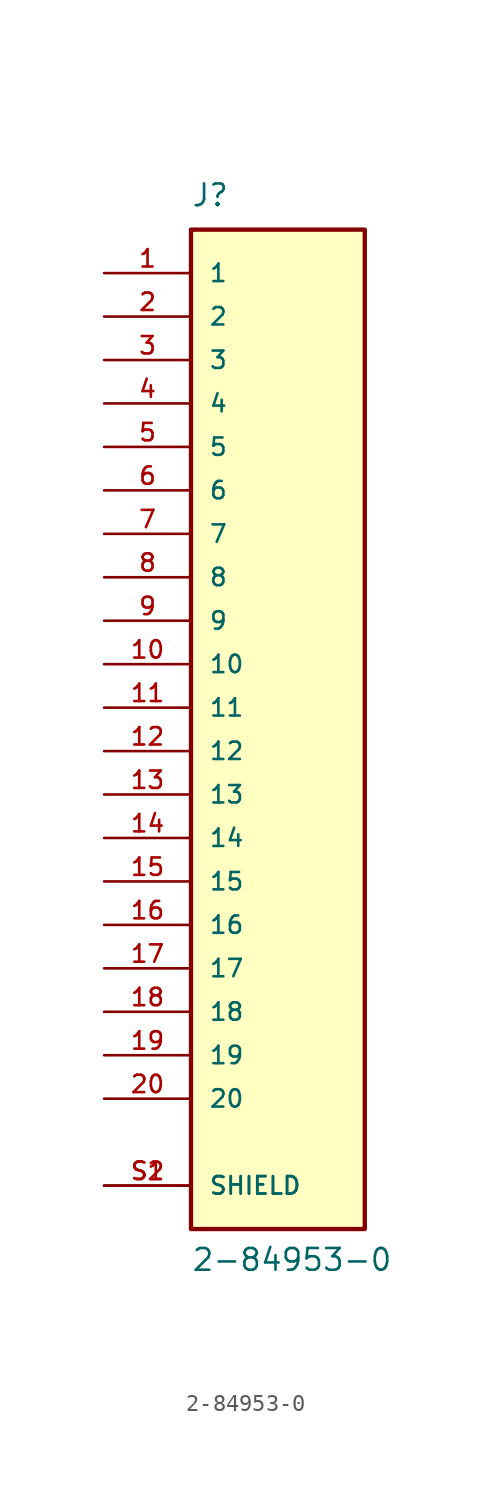
<source format=kicad_sym>
(kicad_symbol_lib
  (version 20211014)
  (generator kicad_symbol_editor)
  (symbol "2-84953-0"
    (pin_names
      (offset 1.016))
    (property "Reference" "J"
      (at -5.08 29.21 0)
      (effects (font (size 1.27 1.27)) (justify bottom left)))
    (property "Value" "2-84953-0"
      (at -5.08 -33.02 0)
      (effects (font (size 1.27 1.27)) (justify bottom left)))
    (symbol "2-84953-0_0_0"
      (rectangle (start -5.08 -30.48) (end 5.08 27.94) (stroke (width 0.254)) (fill (type background)))
      (pin passive line (at -10.16 25.4 0) (length 5.08) (name "1" (effects (font (size 1.016 1.016)))) (number "1" (effects (font (size 1.016 1.016)))))
      (pin passive line (at -10.16 22.86 0) (length 5.08) (name "2" (effects (font (size 1.016 1.016)))) (number "2" (effects (font (size 1.016 1.016)))))
      (pin passive line (at -10.16 20.32 0) (length 5.08) (name "3" (effects (font (size 1.016 1.016)))) (number "3" (effects (font (size 1.016 1.016)))))
      (pin passive line (at -10.16 17.78 0) (length 5.08) (name "4" (effects (font (size 1.016 1.016)))) (number "4" (effects (font (size 1.016 1.016)))))
      (pin passive line (at -10.16 15.24 0) (length 5.08) (name "5" (effects (font (size 1.016 1.016)))) (number "5" (effects (font (size 1.016 1.016)))))
      (pin passive line (at -10.16 12.7 0) (length 5.08) (name "6" (effects (font (size 1.016 1.016)))) (number "6" (effects (font (size 1.016 1.016)))))
      (pin passive line (at -10.16 -27.94 0) (length 5.08) (name "SHIELD" (effects (font (size 1.016 1.016)))) (number "S1" (effects (font (size 1.016 1.016)))))
      (pin passive line (at -10.16 -27.94 0) (length 5.08) (name "SHIELD" (effects (font (size 1.016 1.016)))) (number "S2" (effects (font (size 1.016 1.016)))))
      (pin passive line (at -10.16 10.16 0) (length 5.08) (name "7" (effects (font (size 1.016 1.016)))) (number "7" (effects (font (size 1.016 1.016)))))
      (pin passive line (at -10.16 7.62 0) (length 5.08) (name "8" (effects (font (size 1.016 1.016)))) (number "8" (effects (font (size 1.016 1.016)))))
      (pin passive line (at -10.16 5.08 0) (length 5.08) (name "9" (effects (font (size 1.016 1.016)))) (number "9" (effects (font (size 1.016 1.016)))))
      (pin passive line (at -10.16 2.54 0) (length 5.08) (name "10" (effects (font (size 1.016 1.016)))) (number "10" (effects (font (size 1.016 1.016)))))
      (pin passive line (at -10.16 0.0 0) (length 5.08) (name "11" (effects (font (size 1.016 1.016)))) (number "11" (effects (font (size 1.016 1.016)))))
      (pin passive line (at -10.16 -2.54 0) (length 5.08) (name "12" (effects (font (size 1.016 1.016)))) (number "12" (effects (font (size 1.016 1.016)))))
      (pin passive line (at -10.16 -5.08 0) (length 5.08) (name "13" (effects (font (size 1.016 1.016)))) (number "13" (effects (font (size 1.016 1.016)))))
      (pin passive line (at -10.16 -7.62 0) (length 5.08) (name "14" (effects (font (size 1.016 1.016)))) (number "14" (effects (font (size 1.016 1.016)))))
      (pin passive line (at -10.16 -10.16 0) (length 5.08) (name "15" (effects (font (size 1.016 1.016)))) (number "15" (effects (font (size 1.016 1.016)))))
      (pin passive line (at -10.16 -12.7 0) (length 5.08) (name "16" (effects (font (size 1.016 1.016)))) (number "16" (effects (font (size 1.016 1.016)))))
      (pin passive line (at -10.16 -15.24 0) (length 5.08) (name "17" (effects (font (size 1.016 1.016)))) (number "17" (effects (font (size 1.016 1.016)))))
      (pin passive line (at -10.16 -17.78 0) (length 5.08) (name "18" (effects (font (size 1.016 1.016)))) (number "18" (effects (font (size 1.016 1.016)))))
      (pin passive line (at -10.16 -20.32 0) (length 5.08) (name "19" (effects (font (size 1.016 1.016)))) (number "19" (effects (font (size 1.016 1.016)))))
      (pin passive line (at -10.16 -22.86 0) (length 5.08) (name "20" (effects (font (size 1.016 1.016)))) (number "20" (effects (font (size 1.016 1.016))))))))
</source>
